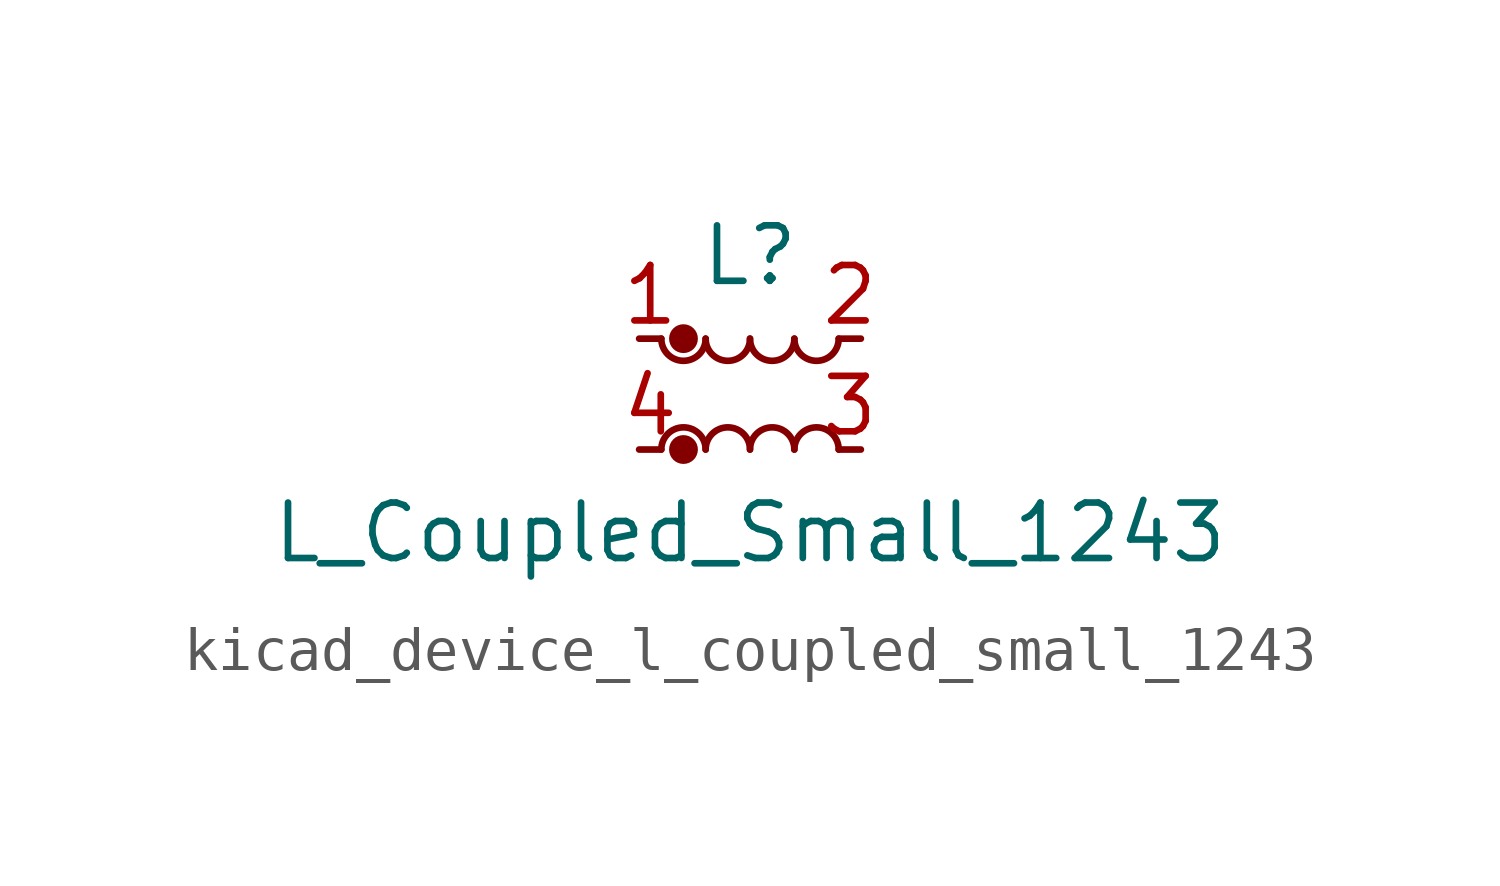
<source format=kicad_sym>
(kicad_symbol_lib
  (version 20220914)
  (generator kicad_symbol_editor)
  (symbol "kicad_device_l_coupled_small_1243"
    (pin_names
      (offset 0.254) hide)
    (property "Reference" "L"
      (at 0 3.175 0)
      (effects (font (size 1.27 1.27))))
    (property "Value" "L_Coupled_Small_1243"
      (at 0 -3.175 0)
      (effects (font (size 1.27 1.27))))
    (symbol "kicad_device_l_coupled_small_1243_0_1"
      (arc (start -2.032 1.27) (mid -1.524 0.7642) (end -1.016 1.27) (stroke (width 0) (type default)) (fill (type none)))
      (circle (center -1.524 -1.27) (radius 0.254) (stroke (width 0) (type default)) (fill (type outline)))
      (circle (center -1.524 1.27) (radius 0.254) (stroke (width 0) (type default)) (fill (type outline)))
      (arc (start -1.016 -1.27) (mid -1.524 -0.7642) (end -2.032 -1.27) (stroke (width 0) (type default)) (fill (type none)))
      (arc (start -1.016 1.27) (mid -0.508 0.7642) (end 0 1.27) (stroke (width 0) (type default)) (fill (type none)))
      (arc (start 0 -1.27) (mid -0.508 -0.7642) (end -1.016 -1.27) (stroke (width 0) (type default)) (fill (type none)))
      (arc (start 0 1.27) (mid 0.508 0.7642) (end 1.016 1.27) (stroke (width 0) (type default)) (fill (type none)))
      (arc (start 1.016 -1.27) (mid 0.508 -0.7642) (end 0 -1.27) (stroke (width 0) (type default)) (fill (type none)))
      (arc (start 1.016 1.27) (mid 1.524 0.7642) (end 2.032 1.27) (stroke (width 0) (type default)) (fill (type none)))
      (arc (start 2.032 -1.27) (mid 1.524 -0.7642) (end 1.016 -1.27) (stroke (width 0) (type default)) (fill (type none))))
    (symbol "kicad_device_l_coupled_small_1243_1_1"
      (pin passive line (at -2.54 1.27 0) (length 0.508) (name "1" (effects (font (size 1.27 1.27)))) (number "1" (effects (font (size 1.27 1.27)))))
      (pin passive line (at 2.54 1.27 180) (length 0.508) (name "2" (effects (font (size 1.27 1.27)))) (number "2" (effects (font (size 1.27 1.27)))))
      (pin passive line (at 2.54 -1.27 180) (length 0.508) (name "3" (effects (font (size 1.27 1.27)))) (number "3" (effects (font (size 1.27 1.27)))))
      (pin passive line (at -2.54 -1.27 0) (length 0.508) (name "4" (effects (font (size 1.27 1.27)))) (number "4" (effects (font (size 1.27 1.27))))))))
</source>
